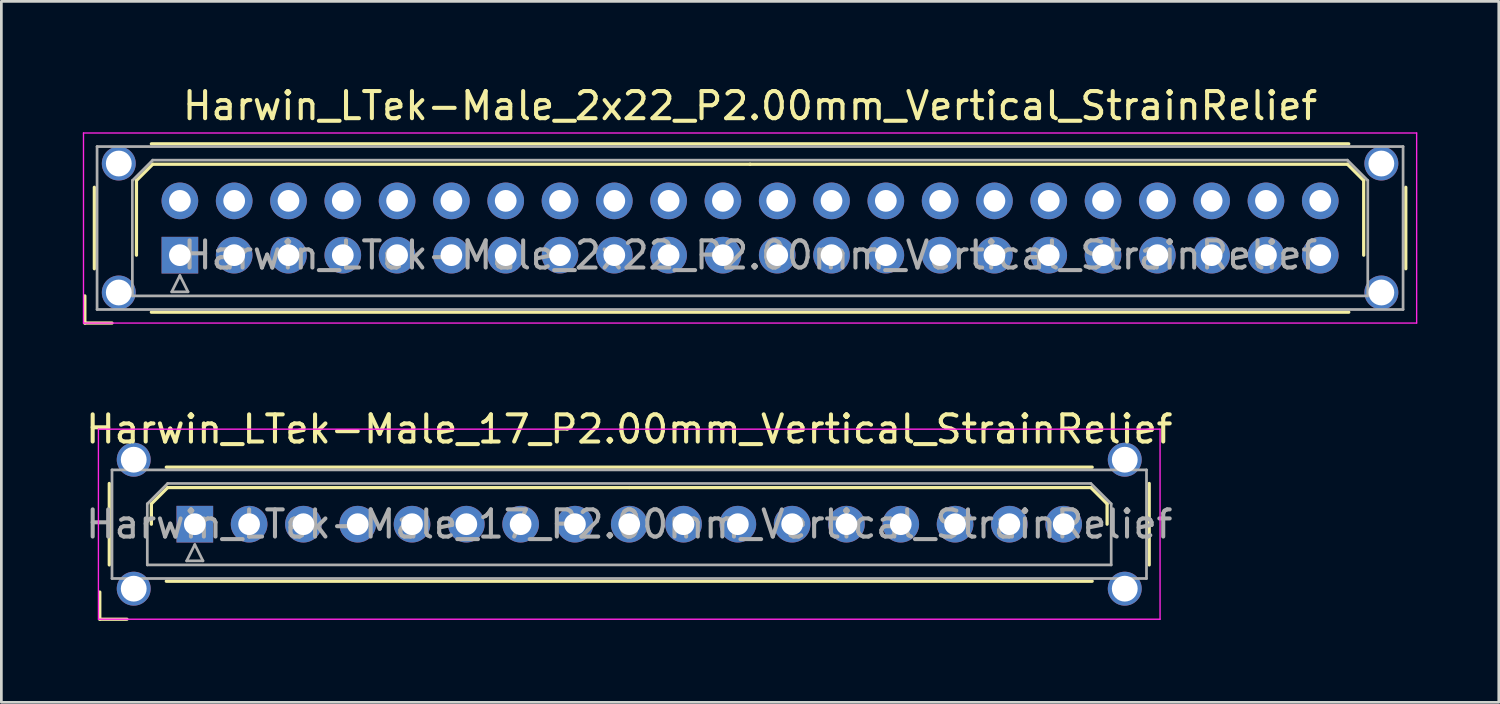
<source format=kicad_pcb>
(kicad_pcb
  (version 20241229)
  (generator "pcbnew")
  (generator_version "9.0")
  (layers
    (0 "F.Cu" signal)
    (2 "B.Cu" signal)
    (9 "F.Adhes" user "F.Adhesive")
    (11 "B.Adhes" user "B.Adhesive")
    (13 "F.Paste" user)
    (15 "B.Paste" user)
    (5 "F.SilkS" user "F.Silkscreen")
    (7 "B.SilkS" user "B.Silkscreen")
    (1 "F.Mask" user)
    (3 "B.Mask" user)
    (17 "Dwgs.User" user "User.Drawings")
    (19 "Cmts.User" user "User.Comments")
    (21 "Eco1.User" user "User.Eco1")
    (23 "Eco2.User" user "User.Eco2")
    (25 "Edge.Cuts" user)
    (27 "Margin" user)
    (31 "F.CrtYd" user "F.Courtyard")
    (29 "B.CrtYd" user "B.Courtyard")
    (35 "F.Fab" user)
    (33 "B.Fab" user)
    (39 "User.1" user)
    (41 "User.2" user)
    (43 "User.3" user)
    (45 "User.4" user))
  (footprint "Harwin_LTek-Male_17_P2.00mm_Vertical_StrainRelief"
    (layer "F.Cu")
    (at 4.125 16.256)
    (property "Reference" "Harwin_LTek-Male_17_P2.00mm_Vertical_StrainRelief" (at 16 -3.5 0) (layer "F.SilkS") (effects (font (size 1 1) (thickness 0.15))))
    (attr through_hole)
    (fp_line (start -3.5 2.5) (end -3.5 3.5) (stroke (width 0.12) (type solid)) (layer "F.SilkS"))
    (fp_line (start -3.5 3.5) (end -2.5 3.5) (stroke (width 0.12) (type solid)) (layer "F.SilkS"))
    (fp_line (start -3.15 -1.5) (end -3.15 1.5) (stroke (width 0.12) (type solid)) (layer "F.SilkS"))
    (fp_line (start -1.6 -0.75) (end -1 -1.35) (stroke (width 0.12) (type solid)) (layer "F.SilkS"))
    (fp_line (start -1.6 0) (end -1.6 -0.75) (stroke (width 0.12) (type solid)) (layer "F.SilkS"))
    (fp_line (start -1.05 -2.1) (end 33.05 -2.1) (stroke (width 0.12) (type solid)) (layer "F.SilkS"))
    (fp_line (start -1.05 2.1) (end 33.05 2.1) (stroke (width 0.12) (type solid)) (layer "F.SilkS"))
    (fp_line (start -1 -1.35) (end 16 -1.35) (stroke (width 0.12) (type solid)) (layer "F.SilkS"))
    (fp_line (start 33 -1.35) (end 16 -1.35) (stroke (width 0.12) (type solid)) (layer "F.SilkS"))
    (fp_line (start 33.6 -0.75) (end 33 -1.35) (stroke (width 0.12) (type solid)) (layer "F.SilkS"))
    (fp_line (start 33.6 0) (end 33.6 -0.75) (stroke (width 0.12) (type solid)) (layer "F.SilkS"))
    (fp_line (start 35.15 -1.5) (end 35.15 1.5) (stroke (width 0.12) (type solid)) (layer "F.SilkS"))
    (fp_line (start -3.55 -3.5) (end -3.55 3.5) (stroke (width 0.05) (type solid)) (layer "F.CrtYd"))
    (fp_line (start -3.55 3.5) (end 35.55 3.5) (stroke (width 0.05) (type solid)) (layer "F.CrtYd"))
    (fp_line (start 35.55 -3.5) (end -3.55 -3.5) (stroke (width 0.05) (type solid)) (layer "F.CrtYd"))
    (fp_line (start 35.55 3.5) (end 35.55 -3.5) (stroke (width 0.05) (type solid)) (layer "F.CrtYd"))
    (fp_line (start -3.05 -2) (end -3.05 2) (stroke (width 0.1) (type solid)) (layer "F.Fab"))
    (fp_line (start -3.05 2) (end 35.05 2) (stroke (width 0.1) (type solid)) (layer "F.Fab"))
    (fp_line (start -1.75 -0.75) (end -1 -1.5) (stroke (width 0.1) (type solid)) (layer "F.Fab"))
    (fp_line (start -1.75 1.5) (end -1.75 -0.75) (stroke (width 0.1) (type solid)) (layer "F.Fab"))
    (fp_line (start -1 -1.5) (end 33 -1.5) (stroke (width 0.1) (type solid)) (layer "F.Fab"))
    (fp_line (start -0.3 1.35) (end 0.3 1.35) (stroke (width 0.1) (type solid)) (layer "F.Fab"))
    (fp_line (start 0 0.75) (end -0.3 1.35) (stroke (width 0.1) (type solid)) (layer "F.Fab"))
    (fp_line (start 0.3 1.35) (end 0 0.75) (stroke (width 0.1) (type solid)) (layer "F.Fab"))
    (fp_line (start 33 -1.5) (end 33.75 -0.75) (stroke (width 0.1) (type solid)) (layer "F.Fab"))
    (fp_line (start 33.75 -0.75) (end 33.75 1.5) (stroke (width 0.1) (type solid)) (layer "F.Fab"))
    (fp_line (start 33.75 1.5) (end -1.75 1.5) (stroke (width 0.1) (type solid)) (layer "F.Fab"))
    (fp_line (start 35.05 -2) (end -3.05 -2) (stroke (width 0.1) (type solid)) (layer "F.Fab"))
    (fp_line (start 35.05 2) (end 35.05 -2) (stroke (width 0.1) (type solid)) (layer "F.Fab"))
    (fp_text user "${REFERENCE}" (at 16 0 0) (layer "F.Fab") (effects (font (size 1 1) (thickness 0.15))))
    (pad "" thru_hole circle (at -2.25 -2.375) (size 1.25 1.25) (drill 0.95) (layers "*.Cu" "*.Mask"))
    (pad "" thru_hole circle (at -2.25 2.375) (size 1.25 1.25) (drill 0.95) (layers "*.Cu" "*.Mask"))
    (pad "" thru_hole circle (at 34.25 -2.375) (size 1.25 1.25) (drill 0.95) (layers "*.Cu" "*.Mask"))
    (pad "" thru_hole circle (at 34.25 2.375) (size 1.25 1.25) (drill 0.95) (layers "*.Cu" "*.Mask"))
    (pad "1" thru_hole rect (at 0 0) (size 1.35 1.35) (drill 0.8) (layers "*.Cu" "*.Mask"))
    (pad "2" thru_hole circle (at 2 0) (size 1.35 1.35) (drill 0.8) (layers "*.Cu" "*.Mask"))
    (pad "3" thru_hole circle (at 4 0) (size 1.35 1.35) (drill 0.8) (layers "*.Cu" "*.Mask"))
    (pad "4" thru_hole circle (at 6 0) (size 1.35 1.35) (drill 0.8) (layers "*.Cu" "*.Mask"))
    (pad "5" thru_hole circle (at 8 0) (size 1.35 1.35) (drill 0.8) (layers "*.Cu" "*.Mask"))
    (pad "6" thru_hole circle (at 10 0) (size 1.35 1.35) (drill 0.8) (layers "*.Cu" "*.Mask"))
    (pad "7" thru_hole circle (at 12 0) (size 1.35 1.35) (drill 0.8) (layers "*.Cu" "*.Mask"))
    (pad "8" thru_hole circle (at 14 0) (size 1.35 1.35) (drill 0.8) (layers "*.Cu" "*.Mask"))
    (pad "9" thru_hole circle (at 16 0) (size 1.35 1.35) (drill 0.8) (layers "*.Cu" "*.Mask"))
    (pad "10" thru_hole circle (at 18 0) (size 1.35 1.35) (drill 0.8) (layers "*.Cu" "*.Mask"))
    (pad "11" thru_hole circle (at 20 0) (size 1.35 1.35) (drill 0.8) (layers "*.Cu" "*.Mask"))
    (pad "12" thru_hole circle (at 22 0) (size 1.35 1.35) (drill 0.8) (layers "*.Cu" "*.Mask"))
    (pad "13" thru_hole circle (at 24 0) (size 1.35 1.35) (drill 0.8) (layers "*.Cu" "*.Mask"))
    (pad "14" thru_hole circle (at 26 0) (size 1.35 1.35) (drill 0.8) (layers "*.Cu" "*.Mask"))
    (pad "15" thru_hole circle (at 28 0) (size 1.35 1.35) (drill 0.8) (layers "*.Cu" "*.Mask"))
    (pad "16" thru_hole circle (at 30 0) (size 1.35 1.35) (drill 0.8) (layers "*.Cu" "*.Mask"))
    (pad "17" thru_hole circle (at 32 0) (size 1.35 1.35) (drill 0.8) (layers "*.Cu" "*.Mask")))
  (footprint "Harwin_LTek-Male_2x22_P2.00mm_Vertical_StrainRelief"
    (layer "F.Cu")
    (at 3.575 6.348)
    (property "Reference" "Harwin_LTek-Male_2x22_P2.00mm_Vertical_StrainRelief" (at 21 -5.5 0) (layer "F.SilkS") (effects (font (size 1 1) (thickness 0.15))))
    (attr through_hole)
    (fp_line (start -3.5 1.5) (end -3.5 2.5) (stroke (width 0.12) (type solid)) (layer "F.SilkS"))
    (fp_line (start -3.5 2.5) (end -2.5 2.5) (stroke (width 0.12) (type solid)) (layer "F.SilkS"))
    (fp_line (start -3.15 -2.5) (end -3.15 0.5) (stroke (width 0.12) (type solid)) (layer "F.SilkS"))
    (fp_line (start -1.6 -2.75) (end -1 -3.35) (stroke (width 0.12) (type solid)) (layer "F.SilkS"))
    (fp_line (start -1.6 0) (end -1.6 -2.75) (stroke (width 0.12) (type solid)) (layer "F.SilkS"))
    (fp_line (start -1.05 -4.1) (end 43.05 -4.1) (stroke (width 0.12) (type solid)) (layer "F.SilkS"))
    (fp_line (start -1.05 2.1) (end 43.05 2.1) (stroke (width 0.12) (type solid)) (layer "F.SilkS"))
    (fp_line (start -1 -3.35) (end 21 -3.35) (stroke (width 0.12) (type solid)) (layer "F.SilkS"))
    (fp_line (start 43 -3.35) (end 21 -3.35) (stroke (width 0.12) (type solid)) (layer "F.SilkS"))
    (fp_line (start 43.6 -2.75) (end 43 -3.35) (stroke (width 0.12) (type solid)) (layer "F.SilkS"))
    (fp_line (start 43.6 0) (end 43.6 -2.75) (stroke (width 0.12) (type solid)) (layer "F.SilkS"))
    (fp_line (start 45.15 -2.5) (end 45.15 0.5) (stroke (width 0.12) (type solid)) (layer "F.SilkS"))
    (fp_line (start -3.55 -4.5) (end -3.55 2.5) (stroke (width 0.05) (type solid)) (layer "F.CrtYd"))
    (fp_line (start -3.55 2.5) (end 45.55 2.5) (stroke (width 0.05) (type solid)) (layer "F.CrtYd"))
    (fp_line (start 45.55 -4.5) (end -3.55 -4.5) (stroke (width 0.05) (type solid)) (layer "F.CrtYd"))
    (fp_line (start 45.55 2.5) (end 45.55 -4.5) (stroke (width 0.05) (type solid)) (layer "F.CrtYd"))
    (fp_line (start -3.05 -4) (end -3.05 2) (stroke (width 0.1) (type solid)) (layer "F.Fab"))
    (fp_line (start -3.05 2) (end 45.05 2) (stroke (width 0.1) (type solid)) (layer "F.Fab"))
    (fp_line (start -1.75 -2.75) (end -1 -3.5) (stroke (width 0.1) (type solid)) (layer "F.Fab"))
    (fp_line (start -1.75 1.5) (end -1.75 -2.75) (stroke (width 0.1) (type solid)) (layer "F.Fab"))
    (fp_line (start -1 -3.5) (end 43 -3.5) (stroke (width 0.1) (type solid)) (layer "F.Fab"))
    (fp_line (start -0.3 1.35) (end 0.3 1.35) (stroke (width 0.1) (type solid)) (layer "F.Fab"))
    (fp_line (start 0 0.75) (end -0.3 1.35) (stroke (width 0.1) (type solid)) (layer "F.Fab"))
    (fp_line (start 0.3 1.35) (end 0 0.75) (stroke (width 0.1) (type solid)) (layer "F.Fab"))
    (fp_line (start 43 -3.5) (end 43.75 -2.75) (stroke (width 0.1) (type solid)) (layer "F.Fab"))
    (fp_line (start 43.75 -2.75) (end 43.75 1.5) (stroke (width 0.1) (type solid)) (layer "F.Fab"))
    (fp_line (start 43.75 1.5) (end -1.75 1.5) (stroke (width 0.1) (type solid)) (layer "F.Fab"))
    (fp_line (start 45.05 -4) (end -3.05 -4) (stroke (width 0.1) (type solid)) (layer "F.Fab"))
    (fp_line (start 45.05 2) (end 45.05 -4) (stroke (width 0.1) (type solid)) (layer "F.Fab"))
    (fp_text user "${REFERENCE}" (at 21 0 0) (layer "F.Fab") (effects (font (size 1 1) (thickness 0.15))))
    (pad "" thru_hole circle (at -2.25 -3.375) (size 1.25 1.25) (drill 0.95) (layers "*.Cu" "*.Mask"))
    (pad "" thru_hole circle (at -2.25 1.375) (size 1.25 1.25) (drill 0.95) (layers "*.Cu" "*.Mask"))
    (pad "" thru_hole circle (at 44.25 -3.375) (size 1.25 1.25) (drill 0.95) (layers "*.Cu" "*.Mask"))
    (pad "" thru_hole circle (at 44.25 1.375) (size 1.25 1.25) (drill 0.95) (layers "*.Cu" "*.Mask"))
    (pad "1" thru_hole rect (at 0 0) (size 1.35 1.35) (drill 0.8) (layers "*.Cu" "*.Mask"))
    (pad "2" thru_hole circle (at 0 -2) (size 1.35 1.35) (drill 0.8) (layers "*.Cu" "*.Mask"))
    (pad "3" thru_hole circle (at 2 0) (size 1.35 1.35) (drill 0.8) (layers "*.Cu" "*.Mask"))
    (pad "4" thru_hole circle (at 2 -2) (size 1.35 1.35) (drill 0.8) (layers "*.Cu" "*.Mask"))
    (pad "5" thru_hole circle (at 4 0) (size 1.35 1.35) (drill 0.8) (layers "*.Cu" "*.Mask"))
    (pad "6" thru_hole circle (at 4 -2) (size 1.35 1.35) (drill 0.8) (layers "*.Cu" "*.Mask"))
    (pad "7" thru_hole circle (at 6 0) (size 1.35 1.35) (drill 0.8) (layers "*.Cu" "*.Mask"))
    (pad "8" thru_hole circle (at 6 -2) (size 1.35 1.35) (drill 0.8) (layers "*.Cu" "*.Mask"))
    (pad "9" thru_hole circle (at 8 0) (size 1.35 1.35) (drill 0.8) (layers "*.Cu" "*.Mask"))
    (pad "10" thru_hole circle (at 8 -2) (size 1.35 1.35) (drill 0.8) (layers "*.Cu" "*.Mask"))
    (pad "11" thru_hole circle (at 10 0) (size 1.35 1.35) (drill 0.8) (layers "*.Cu" "*.Mask"))
    (pad "12" thru_hole circle (at 10 -2) (size 1.35 1.35) (drill 0.8) (layers "*.Cu" "*.Mask"))
    (pad "13" thru_hole circle (at 12 0) (size 1.35 1.35) (drill 0.8) (layers "*.Cu" "*.Mask"))
    (pad "14" thru_hole circle (at 12 -2) (size 1.35 1.35) (drill 0.8) (layers "*.Cu" "*.Mask"))
    (pad "15" thru_hole circle (at 14 0) (size 1.35 1.35) (drill 0.8) (layers "*.Cu" "*.Mask"))
    (pad "16" thru_hole circle (at 14 -2) (size 1.35 1.35) (drill 0.8) (layers "*.Cu" "*.Mask"))
    (pad "17" thru_hole circle (at 16 0) (size 1.35 1.35) (drill 0.8) (layers "*.Cu" "*.Mask"))
    (pad "18" thru_hole circle (at 16 -2) (size 1.35 1.35) (drill 0.8) (layers "*.Cu" "*.Mask"))
    (pad "19" thru_hole circle (at 18 0) (size 1.35 1.35) (drill 0.8) (layers "*.Cu" "*.Mask"))
    (pad "20" thru_hole circle (at 18 -2) (size 1.35 1.35) (drill 0.8) (layers "*.Cu" "*.Mask"))
    (pad "21" thru_hole circle (at 20 0) (size 1.35 1.35) (drill 0.8) (layers "*.Cu" "*.Mask"))
    (pad "22" thru_hole circle (at 20 -2) (size 1.35 1.35) (drill 0.8) (layers "*.Cu" "*.Mask"))
    (pad "23" thru_hole circle (at 22 0) (size 1.35 1.35) (drill 0.8) (layers "*.Cu" "*.Mask"))
    (pad "24" thru_hole circle (at 22 -2) (size 1.35 1.35) (drill 0.8) (layers "*.Cu" "*.Mask"))
    (pad "25" thru_hole circle (at 24 0) (size 1.35 1.35) (drill 0.8) (layers "*.Cu" "*.Mask"))
    (pad "26" thru_hole circle (at 24 -2) (size 1.35 1.35) (drill 0.8) (layers "*.Cu" "*.Mask"))
    (pad "27" thru_hole circle (at 26 0) (size 1.35 1.35) (drill 0.8) (layers "*.Cu" "*.Mask"))
    (pad "28" thru_hole circle (at 26 -2) (size 1.35 1.35) (drill 0.8) (layers "*.Cu" "*.Mask"))
    (pad "29" thru_hole circle (at 28 0) (size 1.35 1.35) (drill 0.8) (layers "*.Cu" "*.Mask"))
    (pad "30" thru_hole circle (at 28 -2) (size 1.35 1.35) (drill 0.8) (layers "*.Cu" "*.Mask"))
    (pad "31" thru_hole circle (at 30 0) (size 1.35 1.35) (drill 0.8) (layers "*.Cu" "*.Mask"))
    (pad "32" thru_hole circle (at 30 -2) (size 1.35 1.35) (drill 0.8) (layers "*.Cu" "*.Mask"))
    (pad "33" thru_hole circle (at 32 0) (size 1.35 1.35) (drill 0.8) (layers "*.Cu" "*.Mask"))
    (pad "34" thru_hole circle (at 32 -2) (size 1.35 1.35) (drill 0.8) (layers "*.Cu" "*.Mask"))
    (pad "35" thru_hole circle (at 34 0) (size 1.35 1.35) (drill 0.8) (layers "*.Cu" "*.Mask"))
    (pad "36" thru_hole circle (at 34 -2) (size 1.35 1.35) (drill 0.8) (layers "*.Cu" "*.Mask"))
    (pad "37" thru_hole circle (at 36 0) (size 1.35 1.35) (drill 0.8) (layers "*.Cu" "*.Mask"))
    (pad "38" thru_hole circle (at 36 -2) (size 1.35 1.35) (drill 0.8) (layers "*.Cu" "*.Mask"))
    (pad "39" thru_hole circle (at 38 0) (size 1.35 1.35) (drill 0.8) (layers "*.Cu" "*.Mask"))
    (pad "40" thru_hole circle (at 38 -2) (size 1.35 1.35) (drill 0.8) (layers "*.Cu" "*.Mask"))
    (pad "41" thru_hole circle (at 40 0) (size 1.35 1.35) (drill 0.8) (layers "*.Cu" "*.Mask"))
    (pad "42" thru_hole circle (at 40 -2) (size 1.35 1.35) (drill 0.8) (layers "*.Cu" "*.Mask"))
    (pad "43" thru_hole circle (at 42 0) (size 1.35 1.35) (drill 0.8) (layers "*.Cu" "*.Mask"))
    (pad "44" thru_hole circle (at 42 -2) (size 1.35 1.35) (drill 0.8) (layers "*.Cu" "*.Mask")))
  (gr_rect
    (start -3 -3)
    (end 52.15 22.817)
    (stroke (width 0.1) (type default))
    (fill no)
    (layer "Edge.Cuts")))
</source>
